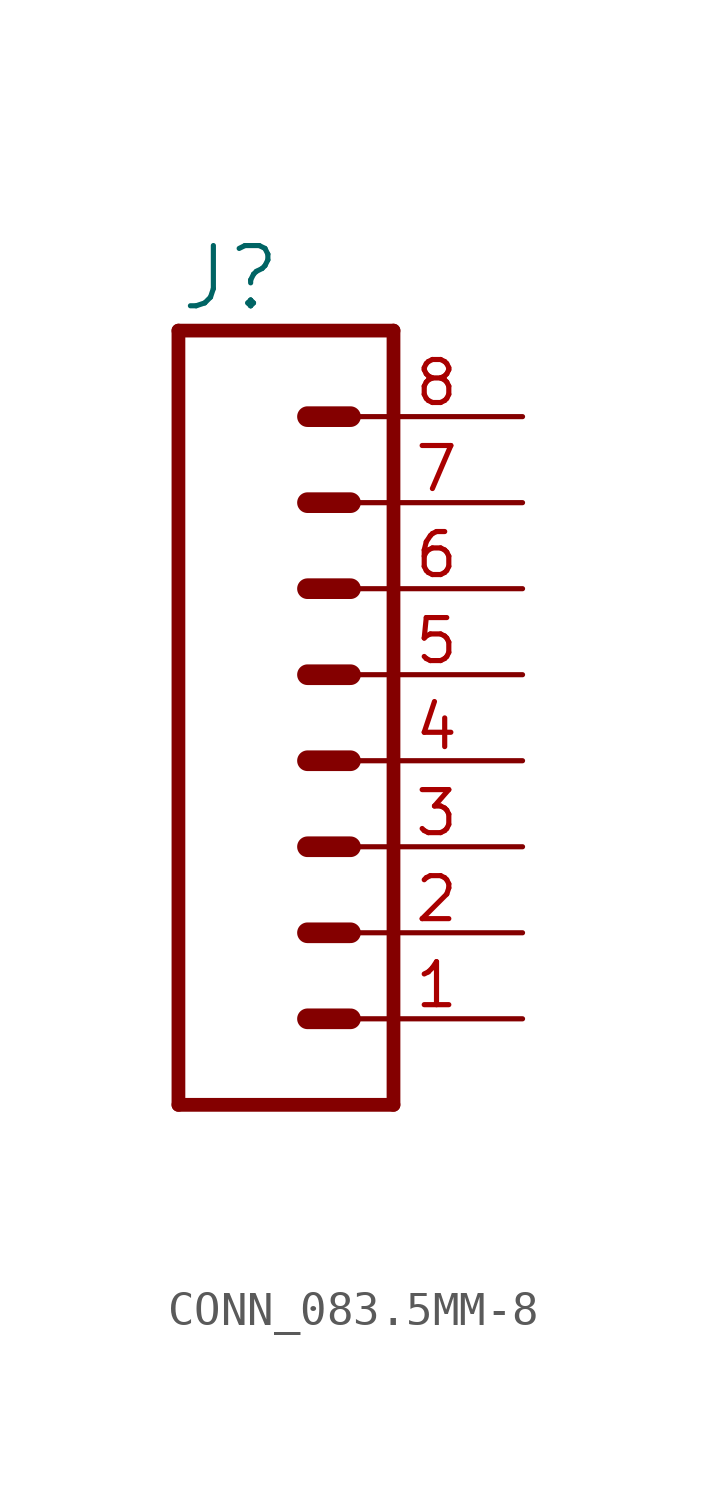
<source format=kicad_sym>
(kicad_symbol_lib
  (version 20220914)
  (generator kicad_symbol_editor)
  (symbol "CONN_083.5MM-8"
    (property "Reference" "J"
      (at -5.08 13.208 0)
      (effects (font (size 1.778 1.778)) (justify left bottom)))
    (property "Value" ""
      (at -5.08 -12.446 0)
      (effects (font (size 1.778 1.778)) (justify left bottom)))
    (property "ki_locked" ""
      (at 0 0 0)
      (effects (font (size 1.27 1.27))))
    (symbol "CONN_083.5MM-8_1_0"
      (polyline (pts (xy -5.08 12.7) (xy -5.08 -10.16)) (stroke (width 0.406) (type solid)) (fill (type none)))
      (polyline (pts (xy -5.08 12.7) (xy 1.27 12.7)) (stroke (width 0.406) (type solid)) (fill (type none)))
      (polyline (pts (xy -1.27 -7.62) (xy 0 -7.62)) (stroke (width 0.61) (type solid)) (fill (type none)))
      (polyline (pts (xy -1.27 -5.08) (xy 0 -5.08)) (stroke (width 0.61) (type solid)) (fill (type none)))
      (polyline (pts (xy -1.27 -2.54) (xy 0 -2.54)) (stroke (width 0.61) (type solid)) (fill (type none)))
      (polyline (pts (xy -1.27 0) (xy 0 0)) (stroke (width 0.61) (type solid)) (fill (type none)))
      (polyline (pts (xy -1.27 2.54) (xy 0 2.54)) (stroke (width 0.61) (type solid)) (fill (type none)))
      (polyline (pts (xy -1.27 5.08) (xy 0 5.08)) (stroke (width 0.61) (type solid)) (fill (type none)))
      (polyline (pts (xy -1.27 7.62) (xy 0 7.62)) (stroke (width 0.61) (type solid)) (fill (type none)))
      (polyline (pts (xy -1.27 10.16) (xy 0 10.16)) (stroke (width 0.61) (type solid)) (fill (type none)))
      (polyline (pts (xy 1.27 -10.16) (xy -5.08 -10.16)) (stroke (width 0.406) (type solid)) (fill (type none)))
      (polyline (pts (xy 1.27 -10.16) (xy 1.27 12.7)) (stroke (width 0.406) (type solid)) (fill (type none)))
      (pin passive line (at 5.08 -7.62 180) (length 5.08) (name "1" (effects (font (size 0 0)))) (number "1" (effects (font (size 1.27 1.27)))))
      (pin passive line (at 5.08 -5.08 180) (length 5.08) (name "2" (effects (font (size 0 0)))) (number "2" (effects (font (size 1.27 1.27)))))
      (pin passive line (at 5.08 -2.54 180) (length 5.08) (name "3" (effects (font (size 0 0)))) (number "3" (effects (font (size 1.27 1.27)))))
      (pin passive line (at 5.08 0 180) (length 5.08) (name "4" (effects (font (size 0 0)))) (number "4" (effects (font (size 1.27 1.27)))))
      (pin passive line (at 5.08 2.54 180) (length 5.08) (name "5" (effects (font (size 0 0)))) (number "5" (effects (font (size 1.27 1.27)))))
      (pin passive line (at 5.08 5.08 180) (length 5.08) (name "6" (effects (font (size 0 0)))) (number "6" (effects (font (size 1.27 1.27)))))
      (pin passive line (at 5.08 7.62 180) (length 5.08) (name "7" (effects (font (size 0 0)))) (number "7" (effects (font (size 1.27 1.27)))))
      (pin passive line (at 5.08 10.16 180) (length 5.08) (name "8" (effects (font (size 0 0)))) (number "8" (effects (font (size 1.27 1.27))))))))
</source>
